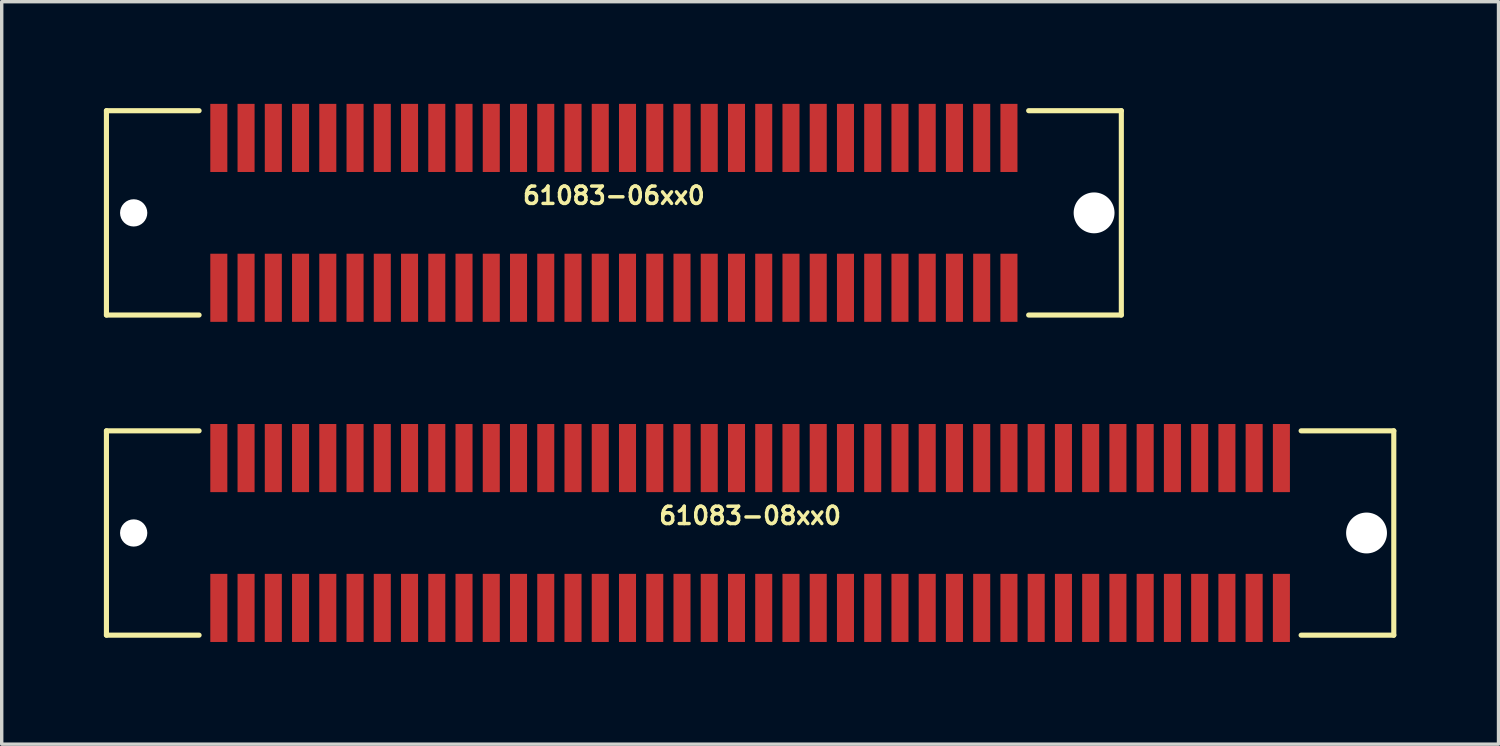
<source format=kicad_pcb>
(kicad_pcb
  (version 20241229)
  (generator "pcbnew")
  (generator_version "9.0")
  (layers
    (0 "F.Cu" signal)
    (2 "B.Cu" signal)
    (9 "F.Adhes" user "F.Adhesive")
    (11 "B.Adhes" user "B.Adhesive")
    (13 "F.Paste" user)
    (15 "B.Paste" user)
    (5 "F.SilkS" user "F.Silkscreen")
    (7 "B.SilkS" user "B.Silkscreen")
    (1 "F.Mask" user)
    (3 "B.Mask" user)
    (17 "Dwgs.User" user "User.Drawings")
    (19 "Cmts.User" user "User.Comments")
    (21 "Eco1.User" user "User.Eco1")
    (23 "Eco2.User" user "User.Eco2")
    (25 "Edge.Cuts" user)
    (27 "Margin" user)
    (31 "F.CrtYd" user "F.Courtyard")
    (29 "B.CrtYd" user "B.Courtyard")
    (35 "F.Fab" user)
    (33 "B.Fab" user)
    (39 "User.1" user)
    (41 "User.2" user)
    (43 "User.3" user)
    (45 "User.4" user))
  (footprint "61083-08xx0"
    (layer "F.Cu")
    (at 18.975 12.6)
    (property "Reference" "61083-08xx0" (at 0 -0.508 0) (layer "F.SilkS") (effects (font (size 0.508 0.508) (thickness 0.102))))
    (attr through_hole)
    (fp_line (start -18.9 -3) (end -18.9 3) (stroke (width 0.15) (type solid)) (layer "F.SilkS"))
    (fp_line (start -18.9 -3) (end -16.179 -3) (stroke (width 0.15) (type solid)) (layer "F.SilkS"))
    (fp_line (start -18.9 3) (end -16.179 3) (stroke (width 0.15) (type solid)) (layer "F.SilkS"))
    (fp_line (start 16.179 -3) (end 18.9 -3) (stroke (width 0.15) (type solid)) (layer "F.SilkS"))
    (fp_line (start 18.9 -3) (end 18.9 3) (stroke (width 0.15) (type solid)) (layer "F.SilkS"))
    (fp_line (start 18.9 3) (end 16.179 3) (stroke (width 0.15) (type solid)) (layer "F.SilkS"))
    (pad "" np_thru_hole circle (at -18.1 0) (size 0.8 0.8) (drill 0.8) (layers "*.Cu" "*.Mask"))
    (pad "" np_thru_hole circle (at 18.1 0) (size 1.2 1.2) (drill 1.2) (layers "*.Cu" "*.Mask"))
    (pad "1" smd rect (at -15.6 -2.2) (size 0.5 2) (layers "F.Cu" "F.Mask" "F.Paste"))
    (pad "2" smd rect (at -15.6 2.2) (size 0.5 2) (layers "F.Cu" "F.Mask" "F.Paste"))
    (pad "3" smd rect (at -14.8 -2.2) (size 0.5 2) (layers "F.Cu" "F.Mask" "F.Paste"))
    (pad "4" smd rect (at -14.8 2.2) (size 0.5 2) (layers "F.Cu" "F.Mask" "F.Paste"))
    (pad "5" smd rect (at -14 -2.2) (size 0.5 2) (layers "F.Cu" "F.Mask" "F.Paste"))
    (pad "6" smd rect (at -14 2.2) (size 0.5 2) (layers "F.Cu" "F.Mask" "F.Paste"))
    (pad "7" smd rect (at -13.2 -2.2) (size 0.5 2) (layers "F.Cu" "F.Mask" "F.Paste"))
    (pad "8" smd rect (at -13.2 2.2) (size 0.5 2) (layers "F.Cu" "F.Mask" "F.Paste"))
    (pad "9" smd rect (at -12.4 -2.2) (size 0.5 2) (layers "F.Cu" "F.Mask" "F.Paste"))
    (pad "10" smd rect (at -12.4 2.2) (size 0.5 2) (layers "F.Cu" "F.Mask" "F.Paste"))
    (pad "11" smd rect (at -11.6 -2.2) (size 0.5 2) (layers "F.Cu" "F.Mask" "F.Paste"))
    (pad "12" smd rect (at -11.6 2.2) (size 0.5 2) (layers "F.Cu" "F.Mask" "F.Paste"))
    (pad "13" smd rect (at -10.8 -2.2) (size 0.5 2) (layers "F.Cu" "F.Mask" "F.Paste"))
    (pad "14" smd rect (at -10.8 2.2) (size 0.5 2) (layers "F.Cu" "F.Mask" "F.Paste"))
    (pad "15" smd rect (at -10 -2.2) (size 0.5 2) (layers "F.Cu" "F.Mask" "F.Paste"))
    (pad "16" smd rect (at -10 2.2) (size 0.5 2) (layers "F.Cu" "F.Mask" "F.Paste"))
    (pad "17" smd rect (at -9.2 -2.2) (size 0.5 2) (layers "F.Cu" "F.Mask" "F.Paste"))
    (pad "18" smd rect (at -9.2 2.2) (size 0.5 2) (layers "F.Cu" "F.Mask" "F.Paste"))
    (pad "19" smd rect (at -8.4 -2.2) (size 0.5 2) (layers "F.Cu" "F.Mask" "F.Paste"))
    (pad "20" smd rect (at -8.4 2.2) (size 0.5 2) (layers "F.Cu" "F.Mask" "F.Paste"))
    (pad "21" smd rect (at -7.6 -2.2) (size 0.5 2) (layers "F.Cu" "F.Mask" "F.Paste"))
    (pad "22" smd rect (at -7.6 2.2) (size 0.5 2) (layers "F.Cu" "F.Mask" "F.Paste"))
    (pad "23" smd rect (at -6.8 -2.2) (size 0.5 2) (layers "F.Cu" "F.Mask" "F.Paste"))
    (pad "24" smd rect (at -6.8 2.2) (size 0.5 2) (layers "F.Cu" "F.Mask" "F.Paste"))
    (pad "25" smd rect (at -6 -2.2) (size 0.5 2) (layers "F.Cu" "F.Mask" "F.Paste"))
    (pad "26" smd rect (at -6 2.2) (size 0.5 2) (layers "F.Cu" "F.Mask" "F.Paste"))
    (pad "27" smd rect (at -5.2 -2.2) (size 0.5 2) (layers "F.Cu" "F.Mask" "F.Paste"))
    (pad "28" smd rect (at -5.2 2.2) (size 0.5 2) (layers "F.Cu" "F.Mask" "F.Paste"))
    (pad "29" smd rect (at -4.4 -2.2) (size 0.5 2) (layers "F.Cu" "F.Mask" "F.Paste"))
    (pad "30" smd rect (at -4.4 2.2) (size 0.5 2) (layers "F.Cu" "F.Mask" "F.Paste"))
    (pad "31" smd rect (at -3.6 -2.2) (size 0.5 2) (layers "F.Cu" "F.Mask" "F.Paste"))
    (pad "32" smd rect (at -3.6 2.2) (size 0.5 2) (layers "F.Cu" "F.Mask" "F.Paste"))
    (pad "33" smd rect (at -2.8 -2.2) (size 0.5 2) (layers "F.Cu" "F.Mask" "F.Paste"))
    (pad "34" smd rect (at -2.8 2.2) (size 0.5 2) (layers "F.Cu" "F.Mask" "F.Paste"))
    (pad "35" smd rect (at -2 -2.2) (size 0.5 2) (layers "F.Cu" "F.Mask" "F.Paste"))
    (pad "36" smd rect (at -2 2.2) (size 0.5 2) (layers "F.Cu" "F.Mask" "F.Paste"))
    (pad "37" smd rect (at -1.2 -2.2) (size 0.5 2) (layers "F.Cu" "F.Mask" "F.Paste"))
    (pad "38" smd rect (at -1.2 2.2) (size 0.5 2) (layers "F.Cu" "F.Mask" "F.Paste"))
    (pad "39" smd rect (at -0.4 -2.2) (size 0.5 2) (layers "F.Cu" "F.Mask" "F.Paste"))
    (pad "40" smd rect (at -0.4 2.2) (size 0.5 2) (layers "F.Cu" "F.Mask" "F.Paste"))
    (pad "41" smd rect (at 0.4 -2.2) (size 0.5 2) (layers "F.Cu" "F.Mask" "F.Paste"))
    (pad "42" smd rect (at 0.4 2.2) (size 0.5 2) (layers "F.Cu" "F.Mask" "F.Paste"))
    (pad "43" smd rect (at 1.2 -2.2) (size 0.5 2) (layers "F.Cu" "F.Mask" "F.Paste"))
    (pad "44" smd rect (at 1.2 2.2) (size 0.5 2) (layers "F.Cu" "F.Mask" "F.Paste"))
    (pad "45" smd rect (at 2 -2.2) (size 0.5 2) (layers "F.Cu" "F.Mask" "F.Paste"))
    (pad "46" smd rect (at 2 2.2) (size 0.5 2) (layers "F.Cu" "F.Mask" "F.Paste"))
    (pad "47" smd rect (at 2.8 -2.2) (size 0.5 2) (layers "F.Cu" "F.Mask" "F.Paste"))
    (pad "48" smd rect (at 2.8 2.2) (size 0.5 2) (layers "F.Cu" "F.Mask" "F.Paste"))
    (pad "49" smd rect (at 3.6 -2.2) (size 0.5 2) (layers "F.Cu" "F.Mask" "F.Paste"))
    (pad "50" smd rect (at 3.6 2.2) (size 0.5 2) (layers "F.Cu" "F.Mask" "F.Paste"))
    (pad "51" smd rect (at 4.4 -2.2) (size 0.5 2) (layers "F.Cu" "F.Mask" "F.Paste"))
    (pad "52" smd rect (at 4.4 2.2) (size 0.5 2) (layers "F.Cu" "F.Mask" "F.Paste"))
    (pad "53" smd rect (at 5.2 -2.2) (size 0.5 2) (layers "F.Cu" "F.Mask" "F.Paste"))
    (pad "54" smd rect (at 5.2 2.2) (size 0.5 2) (layers "F.Cu" "F.Mask" "F.Paste"))
    (pad "55" smd rect (at 6 -2.2) (size 0.5 2) (layers "F.Cu" "F.Mask" "F.Paste"))
    (pad "56" smd rect (at 6 2.2) (size 0.5 2) (layers "F.Cu" "F.Mask" "F.Paste"))
    (pad "57" smd rect (at 6.8 -2.2) (size 0.5 2) (layers "F.Cu" "F.Mask" "F.Paste"))
    (pad "58" smd rect (at 6.8 2.2) (size 0.5 2) (layers "F.Cu" "F.Mask" "F.Paste"))
    (pad "59" smd rect (at 7.6 -2.2) (size 0.5 2) (layers "F.Cu" "F.Mask" "F.Paste"))
    (pad "60" smd rect (at 7.6 2.2) (size 0.5 2) (layers "F.Cu" "F.Mask" "F.Paste"))
    (pad "61" smd rect (at 8.4 -2.2) (size 0.5 2) (layers "F.Cu" "F.Mask" "F.Paste"))
    (pad "62" smd rect (at 8.4 2.2) (size 0.5 2) (layers "F.Cu" "F.Mask" "F.Paste"))
    (pad "63" smd rect (at 9.2 -2.2) (size 0.5 2) (layers "F.Cu" "F.Mask" "F.Paste"))
    (pad "64" smd rect (at 9.2 2.2) (size 0.5 2) (layers "F.Cu" "F.Mask" "F.Paste"))
    (pad "65" smd rect (at 10 -2.2) (size 0.5 2) (layers "F.Cu" "F.Mask" "F.Paste"))
    (pad "66" smd rect (at 10 2.2) (size 0.5 2) (layers "F.Cu" "F.Mask" "F.Paste"))
    (pad "67" smd rect (at 10.8 -2.2) (size 0.5 2) (layers "F.Cu" "F.Mask" "F.Paste"))
    (pad "68" smd rect (at 10.8 2.2) (size 0.5 2) (layers "F.Cu" "F.Mask" "F.Paste"))
    (pad "69" smd rect (at 11.6 -2.2) (size 0.5 2) (layers "F.Cu" "F.Mask" "F.Paste"))
    (pad "70" smd rect (at 11.6 2.2) (size 0.5 2) (layers "F.Cu" "F.Mask" "F.Paste"))
    (pad "71" smd rect (at 12.4 -2.2) (size 0.5 2) (layers "F.Cu" "F.Mask" "F.Paste"))
    (pad "72" smd rect (at 12.4 2.2) (size 0.5 2) (layers "F.Cu" "F.Mask" "F.Paste"))
    (pad "73" smd rect (at 13.2 -2.2) (size 0.5 2) (layers "F.Cu" "F.Mask" "F.Paste"))
    (pad "74" smd rect (at 13.2 2.2) (size 0.5 2) (layers "F.Cu" "F.Mask" "F.Paste"))
    (pad "75" smd rect (at 14 -2.2) (size 0.5 2) (layers "F.Cu" "F.Mask" "F.Paste"))
    (pad "76" smd rect (at 14 2.2) (size 0.5 2) (layers "F.Cu" "F.Mask" "F.Paste"))
    (pad "77" smd rect (at 14.8 -2.2) (size 0.5 2) (layers "F.Cu" "F.Mask" "F.Paste"))
    (pad "78" smd rect (at 14.8 2.2) (size 0.5 2) (layers "F.Cu" "F.Mask" "F.Paste"))
    (pad "79" smd rect (at 15.6 -2.2) (size 0.5 2) (layers "F.Cu" "F.Mask" "F.Paste"))
    (pad "80" smd rect (at 15.6 2.2) (size 0.5 2) (layers "F.Cu" "F.Mask" "F.Paste")))
  (footprint "61083-06xx0"
    (layer "F.Cu")
    (at 14.975 3.2)
    (property "Reference" "61083-06xx0" (at 0 -0.508 0) (layer "F.SilkS") (effects (font (size 0.508 0.508) (thickness 0.102))))
    (attr through_hole)
    (fp_line (start -14.9 -3) (end -14.9 3) (stroke (width 0.15) (type solid)) (layer "F.SilkS"))
    (fp_line (start -14.9 -3) (end -12.179 -3) (stroke (width 0.15) (type solid)) (layer "F.SilkS"))
    (fp_line (start -14.9 3) (end -12.179 3) (stroke (width 0.15) (type solid)) (layer "F.SilkS"))
    (fp_line (start 12.179 -3) (end 14.9 -3) (stroke (width 0.15) (type solid)) (layer "F.SilkS"))
    (fp_line (start 14.9 -3) (end 14.9 3) (stroke (width 0.15) (type solid)) (layer "F.SilkS"))
    (fp_line (start 14.9 3) (end 12.179 3) (stroke (width 0.15) (type solid)) (layer "F.SilkS"))
    (pad "" np_thru_hole circle (at -14.1 0) (size 0.8 0.8) (drill 0.8) (layers "*.Cu" "*.Mask"))
    (pad "" np_thru_hole circle (at 14.1 0) (size 1.2 1.2) (drill 1.2) (layers "*.Cu" "*.Mask"))
    (pad "1" smd rect (at -11.6 -2.2) (size 0.5 2) (layers "F.Cu" "F.Mask" "F.Paste"))
    (pad "2" smd rect (at -11.6 2.2) (size 0.5 2) (layers "F.Cu" "F.Mask" "F.Paste"))
    (pad "3" smd rect (at -10.8 -2.2) (size 0.5 2) (layers "F.Cu" "F.Mask" "F.Paste"))
    (pad "4" smd rect (at -10.8 2.2) (size 0.5 2) (layers "F.Cu" "F.Mask" "F.Paste"))
    (pad "5" smd rect (at -10 -2.2) (size 0.5 2) (layers "F.Cu" "F.Mask" "F.Paste"))
    (pad "6" smd rect (at -10 2.2) (size 0.5 2) (layers "F.Cu" "F.Mask" "F.Paste"))
    (pad "7" smd rect (at -9.2 -2.2) (size 0.5 2) (layers "F.Cu" "F.Mask" "F.Paste"))
    (pad "8" smd rect (at -9.2 2.2) (size 0.5 2) (layers "F.Cu" "F.Mask" "F.Paste"))
    (pad "9" smd rect (at -8.4 -2.2) (size 0.5 2) (layers "F.Cu" "F.Mask" "F.Paste"))
    (pad "10" smd rect (at -8.4 2.2) (size 0.5 2) (layers "F.Cu" "F.Mask" "F.Paste"))
    (pad "11" smd rect (at -7.6 -2.2) (size 0.5 2) (layers "F.Cu" "F.Mask" "F.Paste"))
    (pad "12" smd rect (at -7.6 2.2) (size 0.5 2) (layers "F.Cu" "F.Mask" "F.Paste"))
    (pad "13" smd rect (at -6.8 -2.2) (size 0.5 2) (layers "F.Cu" "F.Mask" "F.Paste"))
    (pad "14" smd rect (at -6.8 2.2) (size 0.5 2) (layers "F.Cu" "F.Mask" "F.Paste"))
    (pad "15" smd rect (at -6 -2.2) (size 0.5 2) (layers "F.Cu" "F.Mask" "F.Paste"))
    (pad "16" smd rect (at -6 2.2) (size 0.5 2) (layers "F.Cu" "F.Mask" "F.Paste"))
    (pad "17" smd rect (at -5.2 -2.2) (size 0.5 2) (layers "F.Cu" "F.Mask" "F.Paste"))
    (pad "18" smd rect (at -5.2 2.2) (size 0.5 2) (layers "F.Cu" "F.Mask" "F.Paste"))
    (pad "19" smd rect (at -4.4 -2.2) (size 0.5 2) (layers "F.Cu" "F.Mask" "F.Paste"))
    (pad "20" smd rect (at -4.4 2.2) (size 0.5 2) (layers "F.Cu" "F.Mask" "F.Paste"))
    (pad "21" smd rect (at -3.6 -2.2) (size 0.5 2) (layers "F.Cu" "F.Mask" "F.Paste"))
    (pad "22" smd rect (at -3.6 2.2) (size 0.5 2) (layers "F.Cu" "F.Mask" "F.Paste"))
    (pad "23" smd rect (at -2.8 -2.2) (size 0.5 2) (layers "F.Cu" "F.Mask" "F.Paste"))
    (pad "24" smd rect (at -2.8 2.2) (size 0.5 2) (layers "F.Cu" "F.Mask" "F.Paste"))
    (pad "25" smd rect (at -2 -2.2) (size 0.5 2) (layers "F.Cu" "F.Mask" "F.Paste"))
    (pad "26" smd rect (at -2 2.2) (size 0.5 2) (layers "F.Cu" "F.Mask" "F.Paste"))
    (pad "27" smd rect (at -1.2 -2.2) (size 0.5 2) (layers "F.Cu" "F.Mask" "F.Paste"))
    (pad "28" smd rect (at -1.2 2.2) (size 0.5 2) (layers "F.Cu" "F.Mask" "F.Paste"))
    (pad "29" smd rect (at -0.4 -2.2) (size 0.5 2) (layers "F.Cu" "F.Mask" "F.Paste"))
    (pad "30" smd rect (at -0.4 2.2) (size 0.5 2) (layers "F.Cu" "F.Mask" "F.Paste"))
    (pad "31" smd rect (at 0.4 -2.2) (size 0.5 2) (layers "F.Cu" "F.Mask" "F.Paste"))
    (pad "32" smd rect (at 0.4 2.2) (size 0.5 2) (layers "F.Cu" "F.Mask" "F.Paste"))
    (pad "33" smd rect (at 1.2 -2.2) (size 0.5 2) (layers "F.Cu" "F.Mask" "F.Paste"))
    (pad "34" smd rect (at 1.2 2.2) (size 0.5 2) (layers "F.Cu" "F.Mask" "F.Paste"))
    (pad "35" smd rect (at 2 -2.2) (size 0.5 2) (layers "F.Cu" "F.Mask" "F.Paste"))
    (pad "36" smd rect (at 2 2.2) (size 0.5 2) (layers "F.Cu" "F.Mask" "F.Paste"))
    (pad "37" smd rect (at 2.8 -2.2) (size 0.5 2) (layers "F.Cu" "F.Mask" "F.Paste"))
    (pad "38" smd rect (at 2.8 2.2) (size 0.5 2) (layers "F.Cu" "F.Mask" "F.Paste"))
    (pad "39" smd rect (at 3.6 -2.2) (size 0.5 2) (layers "F.Cu" "F.Mask" "F.Paste"))
    (pad "40" smd rect (at 3.6 2.2) (size 0.5 2) (layers "F.Cu" "F.Mask" "F.Paste"))
    (pad "41" smd rect (at 4.4 -2.2) (size 0.5 2) (layers "F.Cu" "F.Mask" "F.Paste"))
    (pad "42" smd rect (at 4.4 2.2) (size 0.5 2) (layers "F.Cu" "F.Mask" "F.Paste"))
    (pad "43" smd rect (at 5.2 -2.2) (size 0.5 2) (layers "F.Cu" "F.Mask" "F.Paste"))
    (pad "44" smd rect (at 5.2 2.2) (size 0.5 2) (layers "F.Cu" "F.Mask" "F.Paste"))
    (pad "45" smd rect (at 6 -2.2) (size 0.5 2) (layers "F.Cu" "F.Mask" "F.Paste"))
    (pad "46" smd rect (at 6 2.2) (size 0.5 2) (layers "F.Cu" "F.Mask" "F.Paste"))
    (pad "47" smd rect (at 6.8 -2.2) (size 0.5 2) (layers "F.Cu" "F.Mask" "F.Paste"))
    (pad "48" smd rect (at 6.8 2.2) (size 0.5 2) (layers "F.Cu" "F.Mask" "F.Paste"))
    (pad "49" smd rect (at 7.6 -2.2) (size 0.5 2) (layers "F.Cu" "F.Mask" "F.Paste"))
    (pad "50" smd rect (at 7.6 2.2) (size 0.5 2) (layers "F.Cu" "F.Mask" "F.Paste"))
    (pad "51" smd rect (at 8.4 -2.2) (size 0.5 2) (layers "F.Cu" "F.Mask" "F.Paste"))
    (pad "52" smd rect (at 8.4 2.2) (size 0.5 2) (layers "F.Cu" "F.Mask" "F.Paste"))
    (pad "53" smd rect (at 9.2 -2.2) (size 0.5 2) (layers "F.Cu" "F.Mask" "F.Paste"))
    (pad "54" smd rect (at 9.2 2.2) (size 0.5 2) (layers "F.Cu" "F.Mask" "F.Paste"))
    (pad "55" smd rect (at 10 -2.2) (size 0.5 2) (layers "F.Cu" "F.Mask" "F.Paste"))
    (pad "56" smd rect (at 10 2.2) (size 0.5 2) (layers "F.Cu" "F.Mask" "F.Paste"))
    (pad "57" smd rect (at 10.8 -2.2) (size 0.5 2) (layers "F.Cu" "F.Mask" "F.Paste"))
    (pad "58" smd rect (at 10.8 2.2) (size 0.5 2) (layers "F.Cu" "F.Mask" "F.Paste"))
    (pad "59" smd rect (at 11.6 -2.2) (size 0.5 2) (layers "F.Cu" "F.Mask" "F.Paste"))
    (pad "60" smd rect (at 11.6 2.2) (size 0.5 2) (layers "F.Cu" "F.Mask" "F.Paste")))
  (gr_rect
    (start -3 -3)
    (end 40.95 18.8)
    (stroke (width 0.1) (type default))
    (fill no)
    (layer "Edge.Cuts")))
</source>
